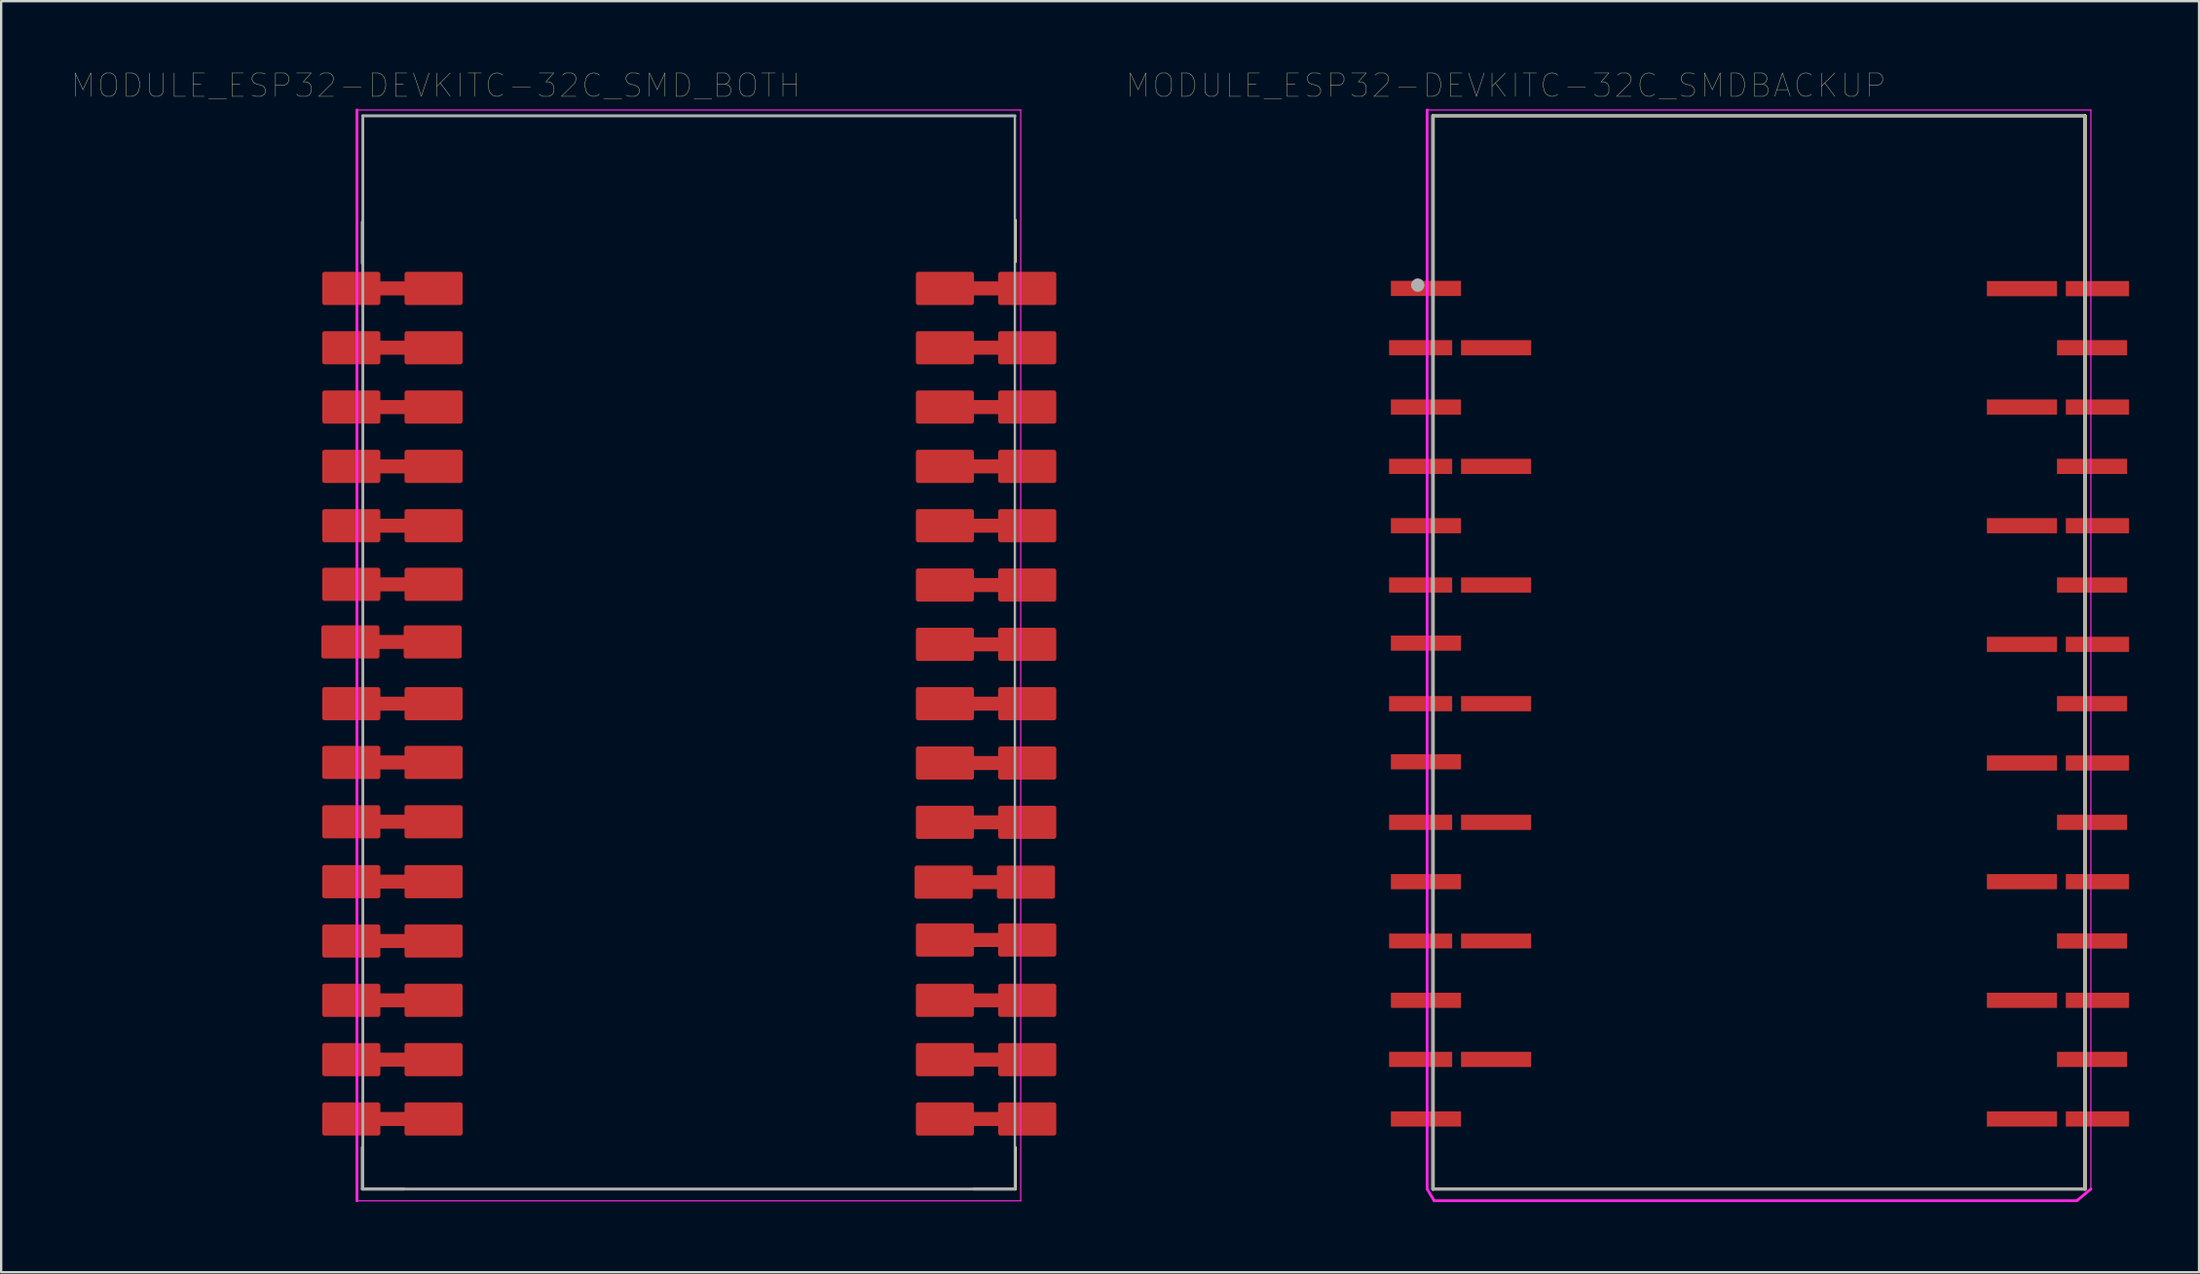
<source format=kicad_pcb>
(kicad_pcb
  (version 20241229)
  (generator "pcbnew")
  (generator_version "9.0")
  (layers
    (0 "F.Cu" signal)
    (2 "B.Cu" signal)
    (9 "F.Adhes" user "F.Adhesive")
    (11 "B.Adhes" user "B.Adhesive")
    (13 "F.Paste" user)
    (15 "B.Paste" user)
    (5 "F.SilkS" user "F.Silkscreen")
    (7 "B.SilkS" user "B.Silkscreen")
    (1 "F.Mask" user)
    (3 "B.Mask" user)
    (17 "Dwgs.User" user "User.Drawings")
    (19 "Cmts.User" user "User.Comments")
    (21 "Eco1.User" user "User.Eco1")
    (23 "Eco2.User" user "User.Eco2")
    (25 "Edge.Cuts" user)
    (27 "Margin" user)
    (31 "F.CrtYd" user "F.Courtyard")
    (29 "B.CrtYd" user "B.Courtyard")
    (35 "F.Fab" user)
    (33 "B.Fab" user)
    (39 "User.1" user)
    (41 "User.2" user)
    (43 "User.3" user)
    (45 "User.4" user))
  (footprint "MODULE_ESP32-DEVKITC-32C_SMDBACKUP"
    (layer "F.Cu")
    (at 72.213 29.058)
    (property "Reference" "MODULE_ESP32-DEVKITC-32C_SMDBACKUP" (at -10.829 -28.446 0) (layer "F.SilkS") (effects (font (size 1 1) (thickness 0.015))))
    (attr through_hole)
    (fp_line (start -13.95 -27.15) (end -13.95 18.8) (stroke (width 0.15) (type solid)) (layer "F.SilkS"))
    (fp_line (start -13.95 -27.15) (end 13.95 -27.15) (stroke (width 0.127) (type solid)) (layer "F.SilkS"))
    (fp_line (start 13.95 18.8) (end -13.95 18.8) (stroke (width 0.127) (type solid)) (layer "F.SilkS"))
    (fp_line (start 13.95 18.8) (end 13.95 -27.15) (stroke (width 0.15) (type solid)) (layer "F.SilkS"))
    (fp_line (start -14.2 -27.4) (end -14.2 18.8) (stroke (width 0.12) (type solid)) (layer "F.CrtYd"))
    (fp_line (start -14.2 -27.4) (end 14.2 -27.4) (stroke (width 0.05) (type solid)) (layer "F.CrtYd"))
    (fp_line (start -14.2 18.8) (end -13.9 19.3) (stroke (width 0.12) (type solid)) (layer "F.CrtYd"))
    (fp_line (start -13.9 19.3) (end 13.6 19.3) (stroke (width 0.12) (type solid)) (layer "F.CrtYd"))
    (fp_line (start 13.6 19.3) (end 14.2 18.8) (stroke (width 0.12) (type solid)) (layer "F.CrtYd"))
    (fp_line (start 14.2 18.8) (end 14.2 -27.4) (stroke (width 0.05) (type solid)) (layer "F.CrtYd"))
    (fp_line (start -13.95 -27.15) (end -13.95 18.8) (stroke (width 0.12) (type solid)) (layer "F.Fab"))
    (fp_line (start -13.95 -27.15) (end 13.95 -27.15) (stroke (width 0.127) (type solid)) (layer "F.Fab"))
    (fp_line (start 13.95 18.8) (end -13.95 18.8) (stroke (width 0.127) (type solid)) (layer "F.Fab"))
    (fp_line (start 13.95 18.8) (end 13.95 -27.15) (stroke (width 0.12) (type solid)) (layer "F.Fab"))
    (fp_circle (center -14.6 -19.9) (end -14.46 -19.9) (stroke (width 0.28) (type solid)) (fill no) (layer "F.Fab"))
    (fp_circle (center -14.6 -19.9) (end -14.46 -19.9) (stroke (width 0.28) (type solid)) (fill no) (layer "F.Fab"))
    (pad "1" smd rect (at -14.25 -19.76) (size 3 0.65) (layers "F.Cu" "F.Mask" "F.Paste"))
    (pad "2" smd rect (at -14.478 -17.22) (size 2.7 0.65) (layers "F.Cu" "F.Mask" "F.Paste"))
    (pad "2" smd rect (at -11.25 -17.22) (size 3 0.65) (layers "F.Cu" "F.Mask" "F.Paste"))
    (pad "3" smd rect (at -14.25 -14.68) (size 3 0.65) (layers "F.Cu" "F.Mask" "F.Paste"))
    (pad "4" smd rect (at -14.478 -12.14) (size 2.7 0.65) (layers "F.Cu" "F.Mask" "F.Paste"))
    (pad "4" smd rect (at -11.25 -12.14) (size 3 0.65) (layers "F.Cu" "F.Mask" "F.Paste"))
    (pad "5" smd rect (at -14.25 -9.6) (size 3 0.65) (layers "F.Cu" "F.Mask" "F.Paste"))
    (pad "6" smd rect (at -14.478 -7.06) (size 2.7 0.65) (layers "F.Cu" "F.Mask" "F.Paste"))
    (pad "6" smd rect (at -11.25 -7.06) (size 3 0.65) (layers "F.Cu" "F.Mask" "F.Paste"))
    (pad "7" smd rect (at -14.25 -4.572) (size 3 0.65) (layers "F.Cu" "F.Mask" "F.Paste"))
    (pad "8" smd rect (at -14.478 -1.98) (size 2.7 0.65) (layers "F.Cu" "F.Mask" "F.Paste"))
    (pad "8" smd rect (at -11.25 -1.98) (size 3 0.65) (layers "F.Cu" "F.Mask" "F.Paste"))
    (pad "9" smd rect (at -14.25 0.508) (size 3 0.65) (layers "F.Cu" "F.Mask" "F.Paste"))
    (pad "10" smd rect (at -14.478 3.1) (size 2.7 0.65) (layers "F.Cu" "F.Mask" "F.Paste"))
    (pad "10" smd rect (at -11.25 3.1) (size 3 0.65) (layers "F.Cu" "F.Mask" "F.Paste"))
    (pad "11" smd rect (at -14.25 5.64) (size 3 0.65) (layers "F.Cu" "F.Mask" "F.Paste"))
    (pad "12" smd rect (at -14.478 8.18) (size 2.7 0.635) (layers "F.Cu" "F.Mask" "F.Paste"))
    (pad "12" smd rect (at -11.25 8.18) (size 3 0.635) (layers "F.Cu" "F.Mask" "F.Paste"))
    (pad "13" smd rect (at -14.25 10.72) (size 3 0.65) (layers "F.Cu" "F.Mask" "F.Paste"))
    (pad "14" smd rect (at -14.478 13.25) (size 2.7 0.65) (layers "F.Cu" "F.Mask" "F.Paste"))
    (pad "14" smd rect (at -11.25 13.25) (size 3 0.65) (layers "F.Cu" "F.Mask" "F.Paste"))
    (pad "15" smd rect (at -14.25 15.8) (size 3 0.65) (layers "F.Cu" "F.Mask" "F.Paste"))
    (pad "16" smd rect (at 11.25 15.8) (size 3 0.65) (layers "F.Cu" "F.Mask" "F.Paste"))
    (pad "16" smd rect (at 14.478 15.8) (size 2.7 0.65) (layers "F.Cu" "F.Mask" "F.Paste"))
    (pad "17" smd rect (at 14.25 13.25) (size 3 0.65) (layers "F.Cu" "F.Mask" "F.Paste"))
    (pad "18" smd rect (at 11.25 10.72) (size 3 0.65) (layers "F.Cu" "F.Mask" "F.Paste"))
    (pad "18" smd rect (at 14.478 10.72) (size 2.7 0.65) (layers "F.Cu" "F.Mask" "F.Paste"))
    (pad "19" smd rect (at 14.25 8.18) (size 3 0.65) (layers "F.Cu" "F.Mask" "F.Paste"))
    (pad "20" smd rect (at 11.25 5.64) (size 3 0.65) (layers "F.Cu" "F.Mask" "F.Paste"))
    (pad "20" smd rect (at 14.478 5.64) (size 2.7 0.65) (layers "F.Cu" "F.Mask" "F.Paste"))
    (pad "21" smd rect (at 14.25 3.1) (size 3 0.65) (layers "F.Cu" "F.Mask" "F.Paste"))
    (pad "22" smd rect (at 11.25 0.56) (size 3 0.65) (layers "F.Cu" "F.Mask" "F.Paste"))
    (pad "22" smd rect (at 14.478 0.56) (size 2.7 0.65) (layers "F.Cu" "F.Mask" "F.Paste"))
    (pad "23" smd rect (at 14.25 -1.98) (size 3 0.65) (layers "F.Cu" "F.Mask" "F.Paste"))
    (pad "24" smd rect (at 11.25 -4.52) (size 3 0.65) (layers "F.Cu" "F.Mask" "F.Paste"))
    (pad "24" smd rect (at 14.478 -4.52) (size 2.7 0.65) (layers "F.Cu" "F.Mask" "F.Paste"))
    (pad "25" smd rect (at 14.25 -7.06) (size 3 0.65) (layers "F.Cu" "F.Mask" "F.Paste"))
    (pad "26" smd rect (at 11.25 -9.6) (size 3 0.65) (layers "F.Cu" "F.Mask" "F.Paste"))
    (pad "26" smd rect (at 14.478 -9.6) (size 2.7 0.65) (layers "F.Cu" "F.Mask" "F.Paste"))
    (pad "27" smd rect (at 14.25 -12.14) (size 3 0.65) (layers "F.Cu" "F.Mask" "F.Paste"))
    (pad "28" smd rect (at 11.25 -14.68) (size 3 0.65) (layers "F.Cu" "F.Mask" "F.Paste"))
    (pad "28" smd rect (at 14.478 -14.68) (size 2.7 0.65) (layers "F.Cu" "F.Mask" "F.Paste"))
    (pad "29" smd rect (at 14.25 -17.22) (size 3 0.65) (layers "F.Cu" "F.Mask" "F.Paste"))
    (pad "30" smd rect (at 11.25 -19.75) (size 3 0.65) (layers "F.Cu" "F.Mask" "F.Paste"))
    (pad "30" smd rect (at 14.478 -19.75) (size 2.7 0.65) (layers "F.Cu" "F.Mask" "F.Paste")))
  (footprint "MODULE_ESP32-DEVKITC-32C_SMD_BOTH"
    (layer "F.Cu")
    (at 26.424 29.058)
    (property "Reference" "MODULE_ESP32-DEVKITC-32C_SMD_BOTH" (at -10.829 -28.446 0) (layer "F.SilkS") (effects (font (size 1 1) (thickness 0.015))))
    (attr through_hole)
    (fp_line (start -13.97 -20.828) (end -13.97 -22.61) (stroke (width 0.12) (type solid)) (layer "F.SilkS"))
    (fp_line (start -13.97 18.8) (end -13.97 17.018) (stroke (width 0.12) (type solid)) (layer "F.SilkS"))
    (fp_line (start -12.192 18.8) (end -13.97 18.8) (stroke (width 0.12) (type solid)) (layer "F.SilkS"))
    (fp_line (start 13.97 -20.901) (end 13.97 -22.683) (stroke (width 0.12) (type solid)) (layer "F.SilkS"))
    (fp_line (start 13.97 18.8) (end 12.192 18.8) (stroke (width 0.12) (type solid)) (layer "F.SilkS"))
    (fp_line (start 13.97 18.8) (end 13.97 17.018) (stroke (width 0.12) (type solid)) (layer "F.SilkS"))
    (fp_line (start -14.2 -27.4) (end -14.2 19.304) (stroke (width 0.12) (type solid)) (layer "F.CrtYd"))
    (fp_line (start -14.2 -27.4) (end 14.2 -27.4) (stroke (width 0.05) (type solid)) (layer "F.CrtYd"))
    (fp_line (start -14.2 19.304) (end 14.2 19.304) (stroke (width 0.05) (type solid)) (layer "F.CrtYd"))
    (fp_line (start 14.2 19.304) (end 14.2 -27.4) (stroke (width 0.05) (type solid)) (layer "F.CrtYd"))
    (fp_line (start -13.95 -27.15) (end -13.95 18.8) (stroke (width 0.12) (type solid)) (layer "F.Fab"))
    (fp_line (start -13.95 -27.15) (end 13.95 -27.15) (stroke (width 0.127) (type solid)) (layer "F.Fab"))
    (fp_line (start 13.95 18.8) (end -13.95 18.8) (stroke (width 0.127) (type solid)) (layer "F.Fab"))
    (fp_line (start 13.95 18.8) (end 13.95 -27.15) (stroke (width 0.1) (type solid)) (layer "F.Fab"))
    (pad "1" smd custom (at -12.7 -19.76) (size 1.2 0.6) (layers "F.Cu" "F.Mask" "F.Paste") (options (anchor rect)) (primitives (gr_rect (start -2.886 -0.61) (end -0.6 0.61) (width 0.2) (fill yes)) (gr_rect (start 0.635 -0.61) (end 2.921 0.61) (width 0.2) (fill yes))))
    (pad "2" smd custom (at -12.7 -17.22) (size 1.2 0.6) (layers "F.Cu" "F.Mask" "F.Paste") (options (anchor rect)) (primitives (gr_rect (start -2.886 -0.61) (end -0.6 0.61) (width 0.2) (fill yes)) (gr_rect (start 0.635 -0.61) (end 2.921 0.61) (width 0.2) (fill yes))))
    (pad "3" smd custom (at -12.7 -14.68) (size 1.2 0.6) (layers "F.Cu" "F.Mask" "F.Paste") (options (anchor rect)) (primitives (gr_rect (start -2.886 -0.61) (end -0.6 0.61) (width 0.2) (fill yes)) (gr_rect (start 0.635 -0.61) (end 2.921 0.61) (width 0.2) (fill yes))))
    (pad "4" smd custom (at -12.7 -12.14) (size 1.2 0.6) (layers "F.Cu" "F.Mask" "F.Paste") (options (anchor rect)) (primitives (gr_rect (start -2.886 -0.61) (end -0.6 0.61) (width 0.2) (fill yes)) (gr_rect (start 0.635 -0.61) (end 2.921 0.61) (width 0.2) (fill yes))))
    (pad "5" smd custom (at -12.7 -9.6) (size 1.2 0.6) (layers "F.Cu" "F.Mask" "F.Paste") (options (anchor rect)) (primitives (gr_rect (start -2.886 -0.61) (end -0.6 0.61) (width 0.2) (fill yes)) (gr_rect (start 0.635 -0.61) (end 2.921 0.61) (width 0.2) (fill yes))))
    (pad "6" smd custom (at -12.7 -7.09) (size 1.2 0.6) (layers "F.Cu" "F.Mask" "F.Paste") (options (anchor rect)) (primitives (gr_rect (start -2.886 -0.61) (end -0.6 0.61) (width 0.2) (fill yes)) (gr_rect (start 0.635 -0.61) (end 2.921 0.61) (width 0.2) (fill yes))))
    (pad "7" smd custom (at -12.737 -4.623) (size 1.2 0.6) (layers "F.Cu" "F.Mask" "F.Paste") (options (anchor rect)) (primitives (gr_rect (start -2.886 -0.61) (end -0.6 0.61) (width 0.2) (fill yes)) (gr_rect (start 0.635 -0.61) (end 2.921 0.61) (width 0.2) (fill yes))))
    (pad "8" smd custom (at -12.7 -1.98) (size 1.2 0.6) (layers "F.Cu" "F.Mask" "F.Paste") (options (anchor rect)) (primitives (gr_rect (start -2.886 -0.61) (end -0.6 0.61) (width 0.2) (fill yes)) (gr_rect (start 0.635 -0.61) (end 2.921 0.61) (width 0.2) (fill yes))))
    (pad "9" smd custom (at -12.7 0.535) (size 1.2 0.6) (layers "F.Cu" "F.Mask" "F.Paste") (options (anchor rect)) (primitives (gr_rect (start -2.886 -0.61) (end -0.6 0.61) (width 0.2) (fill yes)) (gr_rect (start 0.635 -0.61) (end 2.921 0.61) (width 0.2) (fill yes))))
    (pad "10" smd custom (at -12.7 3.076) (size 1.2 0.6) (layers "F.Cu" "F.Mask" "F.Paste") (options (anchor rect)) (primitives (gr_rect (start -2.886 -0.61) (end -0.6 0.61) (width 0.2) (fill yes)) (gr_rect (start 0.635 -0.61) (end 2.921 0.61) (width 0.2) (fill yes))))
    (pad "11" smd custom (at -12.7 5.64) (size 1.2 0.6) (layers "F.Cu" "F.Mask" "F.Paste") (options (anchor rect)) (primitives (gr_rect (start -2.886 -0.61) (end -0.6 0.61) (width 0.2) (fill yes)) (gr_rect (start 0.635 -0.61) (end 2.921 0.61) (width 0.2) (fill yes))))
    (pad "12" smd custom (at -12.7 8.18) (size 1.2 0.6) (layers "F.Cu" "F.Mask" "F.Paste") (options (anchor rect)) (primitives (gr_rect (start -2.886 -0.61) (end -0.6 0.61) (width 0.2) (fill yes)) (gr_rect (start 0.635 -0.61) (end 2.921 0.61) (width 0.2) (fill yes))))
    (pad "13" smd custom (at -12.7 10.72) (size 1.2 0.6) (layers "F.Cu" "F.Mask" "F.Paste") (options (anchor rect)) (primitives (gr_rect (start -2.886 -0.61) (end -0.6 0.61) (width 0.2) (fill yes)) (gr_rect (start 0.635 -0.61) (end 2.921 0.61) (width 0.2) (fill yes))))
    (pad "14" smd custom (at -12.7 13.26) (size 1.2 0.6) (layers "F.Cu" "F.Mask" "F.Paste") (options (anchor rect)) (primitives (gr_rect (start -2.886 -0.61) (end -0.6 0.61) (width 0.2) (fill yes)) (gr_rect (start 0.635 -0.61) (end 2.921 0.61) (width 0.2) (fill yes))))
    (pad "15" smd custom (at -12.7 15.8) (size 1.2 0.6) (layers "F.Cu" "F.Mask" "F.Paste") (options (anchor rect)) (primitives (gr_rect (start -2.886 -0.61) (end -0.6 0.61) (width 0.2) (fill yes)) (gr_rect (start 0.635 -0.61) (end 2.921 0.61) (width 0.2) (fill yes))))
    (pad "16" smd custom (at 12.7 15.8) (size 1.2 0.6) (layers "F.Cu" "F.Mask" "F.Paste") (options (anchor rect)) (primitives (gr_rect (start -2.886 -0.61) (end -0.6 0.61) (width 0.2) (fill yes)) (gr_rect (start 0.635 -0.61) (end 2.921 0.61) (width 0.2) (fill yes))))
    (pad "17" smd custom (at 12.7 13.26) (size 1.2 0.6) (layers "F.Cu" "F.Mask" "F.Paste") (options (anchor rect)) (primitives (gr_rect (start -2.886 -0.61) (end -0.6 0.61) (width 0.2) (fill yes)) (gr_rect (start 0.635 -0.61) (end 2.921 0.61) (width 0.2) (fill yes))))
    (pad "18" smd custom (at 12.7 10.72) (size 1.2 0.6) (layers "F.Cu" "F.Mask" "F.Paste") (options (anchor rect)) (primitives (gr_rect (start -2.886 -0.61) (end -0.6 0.61) (width 0.2) (fill yes)) (gr_rect (start 0.635 -0.61) (end 2.921 0.61) (width 0.2) (fill yes))))
    (pad "19" smd custom (at 12.7 8.137) (size 1.2 0.6) (layers "F.Cu" "F.Mask" "F.Paste") (options (anchor rect)) (primitives (gr_rect (start -2.886 -0.61) (end -0.6 0.61) (width 0.2) (fill yes)) (gr_rect (start 0.635 -0.61) (end 2.921 0.61) (width 0.2) (fill yes))))
    (pad "20" smd custom (at 12.646 5.661) (size 1.2 0.6) (layers "F.Cu" "F.Mask" "F.Paste") (options (anchor rect)) (primitives (gr_rect (start -2.886 -0.61) (end -0.6 0.61) (width 0.2) (fill yes)) (gr_rect (start 0.635 -0.61) (end 2.921 0.61) (width 0.2) (fill yes))))
    (pad "21" smd custom (at 12.7 3.1) (size 1.2 0.6) (layers "F.Cu" "F.Mask" "F.Paste") (options (anchor rect)) (primitives (gr_rect (start -2.886 -0.61) (end -0.6 0.61) (width 0.2) (fill yes)) (gr_rect (start 0.635 -0.61) (end 2.921 0.61) (width 0.2) (fill yes))))
    (pad "22" smd custom (at 12.7 0.56) (size 1.2 0.6) (layers "F.Cu" "F.Mask" "F.Paste") (options (anchor rect)) (primitives (gr_rect (start -2.886 -0.61) (end -0.6 0.61) (width 0.2) (fill yes)) (gr_rect (start 0.635 -0.61) (end 2.921 0.61) (width 0.2) (fill yes))))
    (pad "23" smd custom (at 12.7 -1.98) (size 1.2 0.6) (layers "F.Cu" "F.Mask" "F.Paste") (options (anchor rect)) (primitives (gr_rect (start -2.886 -0.61) (end -0.6 0.61) (width 0.2) (fill yes)) (gr_rect (start 0.635 -0.61) (end 2.921 0.61) (width 0.2) (fill yes))))
    (pad "24" smd custom (at 12.7 -4.52) (size 1.2 0.6) (layers "F.Cu" "F.Mask" "F.Paste") (options (anchor rect)) (primitives (gr_rect (start -2.886 -0.61) (end -0.6 0.61) (width 0.2) (fill yes)) (gr_rect (start 0.635 -0.61) (end 2.921 0.61) (width 0.2) (fill yes))))
    (pad "25" smd custom (at 12.7 -7.06) (size 1.2 0.6) (layers "F.Cu" "F.Mask" "F.Paste") (options (anchor rect)) (primitives (gr_rect (start -2.886 -0.61) (end -0.6 0.61) (width 0.2) (fill yes)) (gr_rect (start 0.635 -0.61) (end 2.921 0.61) (width 0.2) (fill yes))))
    (pad "26" smd custom (at 12.7 -9.6) (size 1.2 0.6) (layers "F.Cu" "F.Mask" "F.Paste") (options (anchor rect)) (primitives (gr_rect (start -2.886 -0.61) (end -0.6 0.61) (width 0.2) (fill yes)) (gr_rect (start 0.635 -0.61) (end 2.921 0.61) (width 0.2) (fill yes))))
    (pad "27" smd custom (at 12.7 -12.14) (size 1.2 0.6) (layers "F.Cu" "F.Mask" "F.Paste") (options (anchor rect)) (primitives (gr_rect (start -2.886 -0.61) (end -0.6 0.61) (width 0.2) (fill yes)) (gr_rect (start 0.635 -0.61) (end 2.921 0.61) (width 0.2) (fill yes))))
    (pad "28" smd custom (at 12.7 -14.68) (size 1.2 0.6) (layers "F.Cu" "F.Mask" "F.Paste") (options (anchor rect)) (primitives (gr_rect (start -2.886 -0.61) (end -0.6 0.61) (width 0.2) (fill yes)) (gr_rect (start 0.635 -0.61) (end 2.921 0.61) (width 0.2) (fill yes))))
    (pad "29" smd custom (at 12.7 -17.22) (size 1.2 0.6) (layers "F.Cu" "F.Mask" "F.Paste") (options (anchor rect)) (primitives (gr_rect (start -2.886 -0.61) (end -0.6 0.61) (width 0.2) (fill yes)) (gr_rect (start 0.635 -0.61) (end 2.921 0.61) (width 0.2) (fill yes))))
    (pad "30" smd custom (at 12.7 -19.76) (size 1.2 0.6) (layers "F.Cu" "F.Mask" "F.Paste") (options (anchor rect)) (primitives (gr_rect (start -2.886 -0.61) (end -0.6 0.61) (width 0.2) (fill yes)) (gr_rect (start 0.635 -0.61) (end 2.921 0.61) (width 0.2) (fill yes)))))
  (gr_rect
    (start -3 -3)
    (end 91.041 51.422)
    (stroke (width 0.1) (type default))
    (fill no)
    (layer "Edge.Cuts")))
</source>
